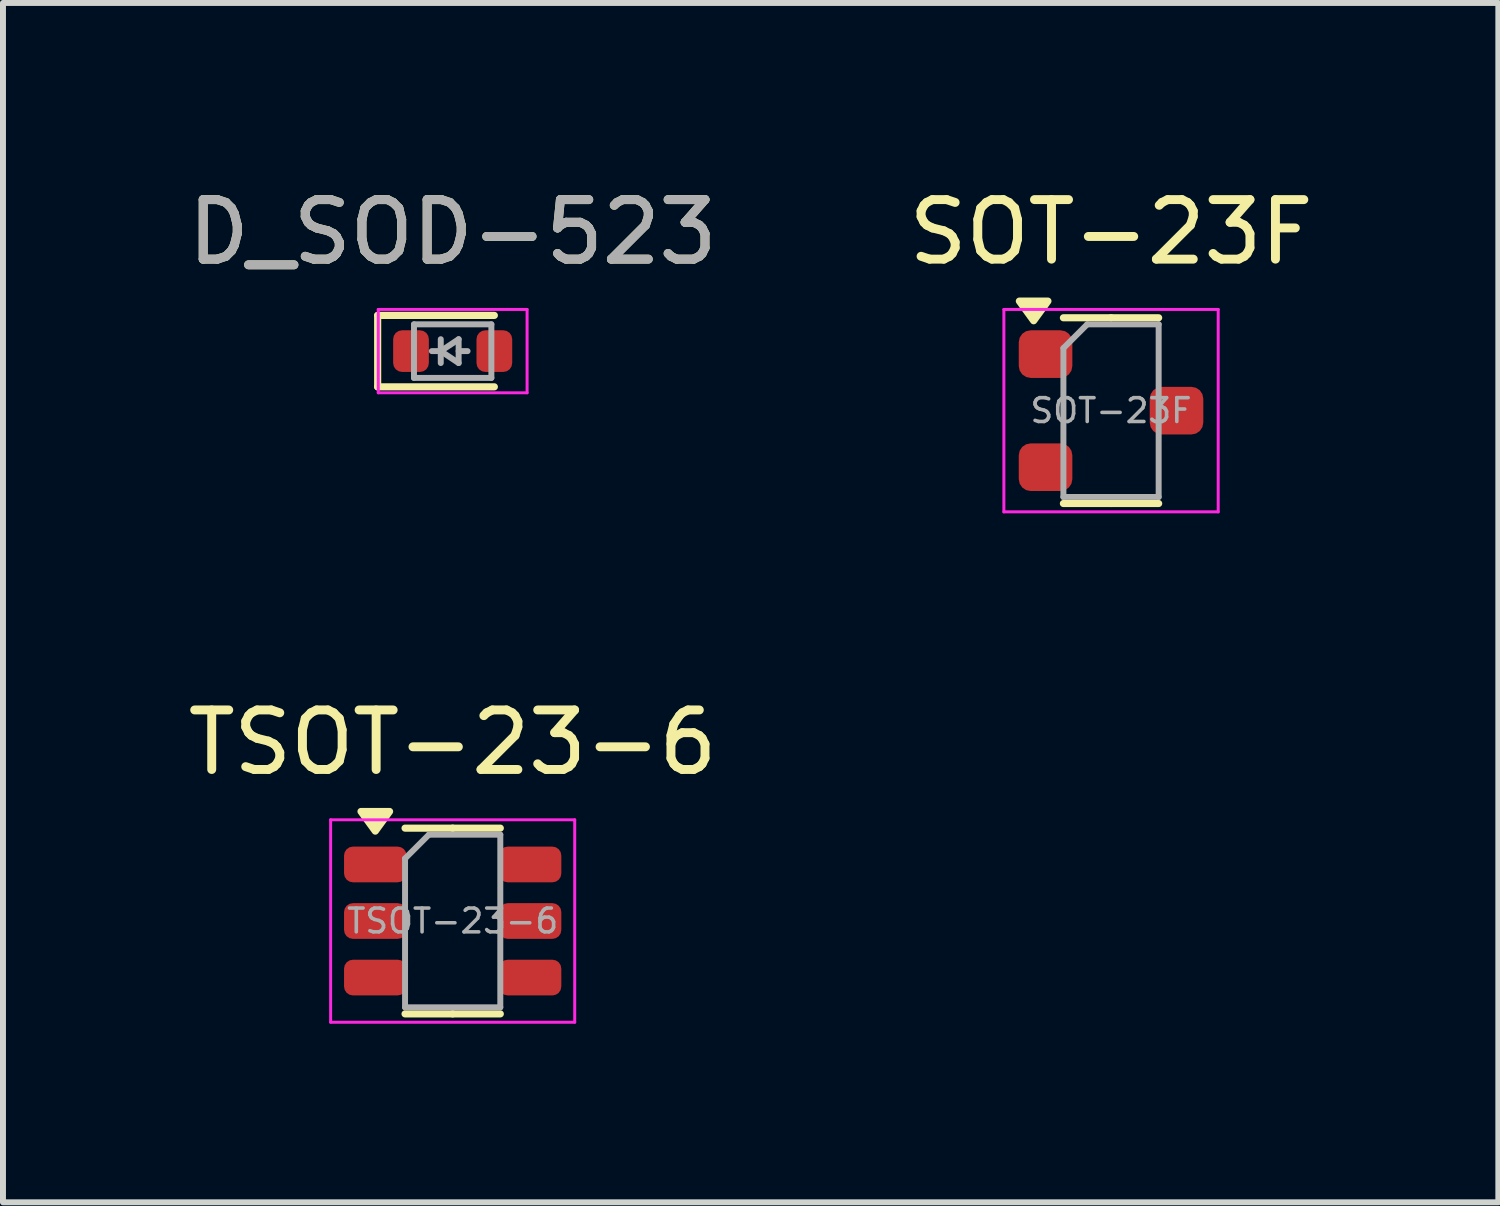
<source format=kicad_pcb>
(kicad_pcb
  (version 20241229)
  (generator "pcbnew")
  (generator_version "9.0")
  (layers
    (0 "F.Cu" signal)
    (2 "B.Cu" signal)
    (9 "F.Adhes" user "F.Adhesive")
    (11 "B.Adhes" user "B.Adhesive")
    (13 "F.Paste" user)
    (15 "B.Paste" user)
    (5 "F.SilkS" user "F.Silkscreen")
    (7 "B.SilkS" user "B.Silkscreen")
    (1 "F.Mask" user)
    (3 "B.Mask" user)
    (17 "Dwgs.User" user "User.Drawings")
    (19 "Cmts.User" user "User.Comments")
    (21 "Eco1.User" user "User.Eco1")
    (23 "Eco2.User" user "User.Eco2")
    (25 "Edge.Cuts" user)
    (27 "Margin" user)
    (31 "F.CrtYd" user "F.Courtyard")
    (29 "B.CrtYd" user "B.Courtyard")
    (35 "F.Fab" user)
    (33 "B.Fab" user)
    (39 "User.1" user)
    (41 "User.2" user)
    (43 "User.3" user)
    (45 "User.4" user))
  (footprint "D_SOD-523"
    (layer "F.Cu")
    (at 4.554 2.848)
    (property "Reference" "D_SOD-523" (at 0 -2 0) (layer "F.SilkS") (effects (font (size 1 1) (thickness 0.15))))
    (attr smd)
    (fp_line (start -1.26 -0.6) (end -1.26 0.6) (stroke (width 0.12) (type solid)) (layer "F.SilkS"))
    (fp_line (start 0.7 -0.6) (end -1.26 -0.6) (stroke (width 0.12) (type solid)) (layer "F.SilkS"))
    (fp_line (start 0.7 0.6) (end -1.26 0.6) (stroke (width 0.12) (type solid)) (layer "F.SilkS"))
    (fp_line (start -1.25 -0.7) (end 1.25 -0.7) (stroke (width 0.05) (type solid)) (layer "F.CrtYd"))
    (fp_line (start -1.25 0.7) (end -1.25 -0.7) (stroke (width 0.05) (type solid)) (layer "F.CrtYd"))
    (fp_line (start 1.25 -0.7) (end 1.25 0.7) (stroke (width 0.05) (type solid)) (layer "F.CrtYd"))
    (fp_line (start 1.25 0.7) (end -1.25 0.7) (stroke (width 0.05) (type solid)) (layer "F.CrtYd"))
    (fp_line (start -0.65 -0.45) (end 0.65 -0.45) (stroke (width 0.1) (type solid)) (layer "F.Fab"))
    (fp_line (start -0.65 0.45) (end -0.65 -0.45) (stroke (width 0.1) (type solid)) (layer "F.Fab"))
    (fp_line (start -0.2 0) (end -0.35 0) (stroke (width 0.1) (type solid)) (layer "F.Fab"))
    (fp_line (start -0.2 0) (end 0.1 0.2) (stroke (width 0.1) (type solid)) (layer "F.Fab"))
    (fp_line (start -0.2 0.2) (end -0.2 -0.2) (stroke (width 0.1) (type solid)) (layer "F.Fab"))
    (fp_line (start 0.1 -0.2) (end -0.2 0) (stroke (width 0.1) (type solid)) (layer "F.Fab"))
    (fp_line (start 0.1 0) (end 0.25 0) (stroke (width 0.1) (type solid)) (layer "F.Fab"))
    (fp_line (start 0.1 0.2) (end 0.1 -0.2) (stroke (width 0.1) (type solid)) (layer "F.Fab"))
    (fp_line (start 0.65 -0.45) (end 0.65 0.45) (stroke (width 0.1) (type solid)) (layer "F.Fab"))
    (fp_line (start 0.65 0.45) (end -0.65 0.45) (stroke (width 0.1) (type solid)) (layer "F.Fab"))
    (fp_text user "${REFERENCE}" (at 0 -2 0) (layer "F.Fab") (effects (font (size 1 1) (thickness 0.15))))
    (pad "1" smd roundrect (at -0.7 0 180) (size 0.6 0.7) (layers "F.Cu" "F.Mask" "F.Paste") (roundrect_rratio 0.25))
    (pad "2" smd roundrect (at 0.7 0 180) (size 0.6 0.7) (layers "F.Cu" "F.Mask" "F.Paste") (roundrect_rratio 0.25)))
  (footprint "SOT-23F"
    (layer "F.Cu")
    (at 15.613 3.848)
    (property "Reference" "SOT-23F" (at 0 -3 0) (layer "F.SilkS") (effects (font (size 1 1) (thickness 0.15))))
    (attr smd)
    (fp_line (start 0 -1.56) (end -0.8 -1.56) (stroke (width 0.12) (type solid)) (layer "F.SilkS"))
    (fp_line (start 0 -1.56) (end 0.8 -1.56) (stroke (width 0.12) (type solid)) (layer "F.SilkS"))
    (fp_line (start 0 1.56) (end -0.8 1.56) (stroke (width 0.12) (type solid)) (layer "F.SilkS"))
    (fp_line (start 0 1.56) (end 0.8 1.56) (stroke (width 0.12) (type solid)) (layer "F.SilkS"))
    (fp_poly (pts (xy -1.3 -1.51) (xy -1.54 -1.84) (xy -1.06 -1.84) (xy -1.3 -1.51)) (stroke (width 0.12) (type solid)) (fill yes) (layer "F.SilkS"))
    (fp_line (start -1.8 -1.7) (end -1.8 1.7) (stroke (width 0.05) (type solid)) (layer "F.CrtYd"))
    (fp_line (start -1.8 1.7) (end 1.8 1.7) (stroke (width 0.05) (type solid)) (layer "F.CrtYd"))
    (fp_line (start 1.8 -1.7) (end -1.8 -1.7) (stroke (width 0.05) (type solid)) (layer "F.CrtYd"))
    (fp_line (start 1.8 1.7) (end 1.8 -1.7) (stroke (width 0.05) (type solid)) (layer "F.CrtYd"))
    (fp_line (start -0.8 -1.05) (end -0.4 -1.45) (stroke (width 0.1) (type solid)) (layer "F.Fab"))
    (fp_line (start -0.8 1.45) (end -0.8 -1.05) (stroke (width 0.1) (type solid)) (layer "F.Fab"))
    (fp_line (start -0.4 -1.45) (end 0.8 -1.45) (stroke (width 0.1) (type solid)) (layer "F.Fab"))
    (fp_line (start 0.8 -1.45) (end 0.8 1.45) (stroke (width 0.1) (type solid)) (layer "F.Fab"))
    (fp_line (start 0.8 1.45) (end -0.8 1.45) (stroke (width 0.1) (type solid)) (layer "F.Fab"))
    (fp_text user "${REFERENCE}" (at 0 0 0) (layer "F.Fab") (effects (font (size 0.4 0.4) (thickness 0.06))))
    (pad "1" smd roundrect (at -1.1 -0.95) (size 0.9 0.8) (layers "F.Cu" "F.Mask" "F.Paste") (roundrect_rratio 0.25))
    (pad "2" smd roundrect (at -1.1 0.95) (size 0.9 0.8) (layers "F.Cu" "F.Mask" "F.Paste") (roundrect_rratio 0.25))
    (pad "3" smd roundrect (at 1.1 0) (size 0.9 0.8) (layers "F.Cu" "F.Mask" "F.Paste") (roundrect_rratio 0.25)))
  (footprint "TSOT-23-6"
    (layer "F.Cu")
    (at 4.554 12.421)
    (property "Reference" "TSOT-23-6" (at 0 -3 0) (layer "F.SilkS") (effects (font (size 1 1) (thickness 0.15))))
    (attr smd)
    (fp_line (start 0 -1.56) (end -0.8 -1.56) (stroke (width 0.12) (type solid)) (layer "F.SilkS"))
    (fp_line (start 0 -1.56) (end 0.8 -1.56) (stroke (width 0.12) (type solid)) (layer "F.SilkS"))
    (fp_line (start 0 1.56) (end -0.8 1.56) (stroke (width 0.12) (type solid)) (layer "F.SilkS"))
    (fp_line (start 0 1.56) (end 0.8 1.56) (stroke (width 0.12) (type solid)) (layer "F.SilkS"))
    (fp_poly (pts (xy -1.3 -1.51) (xy -1.54 -1.84) (xy -1.06 -1.84) (xy -1.3 -1.51)) (stroke (width 0.12) (type solid)) (fill yes) (layer "F.SilkS"))
    (fp_line (start -2.05 -1.7) (end -2.05 1.7) (stroke (width 0.05) (type solid)) (layer "F.CrtYd"))
    (fp_line (start -2.05 1.7) (end 2.05 1.7) (stroke (width 0.05) (type solid)) (layer "F.CrtYd"))
    (fp_line (start 2.05 -1.7) (end -2.05 -1.7) (stroke (width 0.05) (type solid)) (layer "F.CrtYd"))
    (fp_line (start 2.05 1.7) (end 2.05 -1.7) (stroke (width 0.05) (type solid)) (layer "F.CrtYd"))
    (fp_line (start -0.8 -1.05) (end -0.4 -1.45) (stroke (width 0.1) (type solid)) (layer "F.Fab"))
    (fp_line (start -0.8 1.45) (end -0.8 -1.05) (stroke (width 0.1) (type solid)) (layer "F.Fab"))
    (fp_line (start -0.4 -1.45) (end 0.8 -1.45) (stroke (width 0.1) (type solid)) (layer "F.Fab"))
    (fp_line (start 0.8 -1.45) (end 0.8 1.45) (stroke (width 0.1) (type solid)) (layer "F.Fab"))
    (fp_line (start 0.8 1.45) (end -0.8 1.45) (stroke (width 0.1) (type solid)) (layer "F.Fab"))
    (fp_text user "${REFERENCE}" (at 0 0 0) (layer "F.Fab") (effects (font (size 0.4 0.4) (thickness 0.06))))
    (pad "1" smd roundrect (at -1.3 -0.95) (size 1.05 0.6) (layers "F.Cu" "F.Mask" "F.Paste") (roundrect_rratio 0.25))
    (pad "2" smd roundrect (at -1.3 0) (size 1.05 0.6) (layers "F.Cu" "F.Mask" "F.Paste") (roundrect_rratio 0.25))
    (pad "3" smd roundrect (at -1.3 0.95) (size 1.05 0.6) (layers "F.Cu" "F.Mask" "F.Paste") (roundrect_rratio 0.25))
    (pad "4" smd roundrect (at 1.3 0.95) (size 1.05 0.6) (layers "F.Cu" "F.Mask" "F.Paste") (roundrect_rratio 0.25))
    (pad "5" smd roundrect (at 1.3 0) (size 1.05 0.6) (layers "F.Cu" "F.Mask" "F.Paste") (roundrect_rratio 0.25))
    (pad "6" smd roundrect (at 1.3 -0.95) (size 1.05 0.6) (layers "F.Cu" "F.Mask" "F.Paste") (roundrect_rratio 0.25)))
  (gr_rect
    (start -3 -3)
    (end 22.119 17.146)
    (stroke (width 0.1) (type default))
    (fill no)
    (layer "Edge.Cuts")))
</source>
